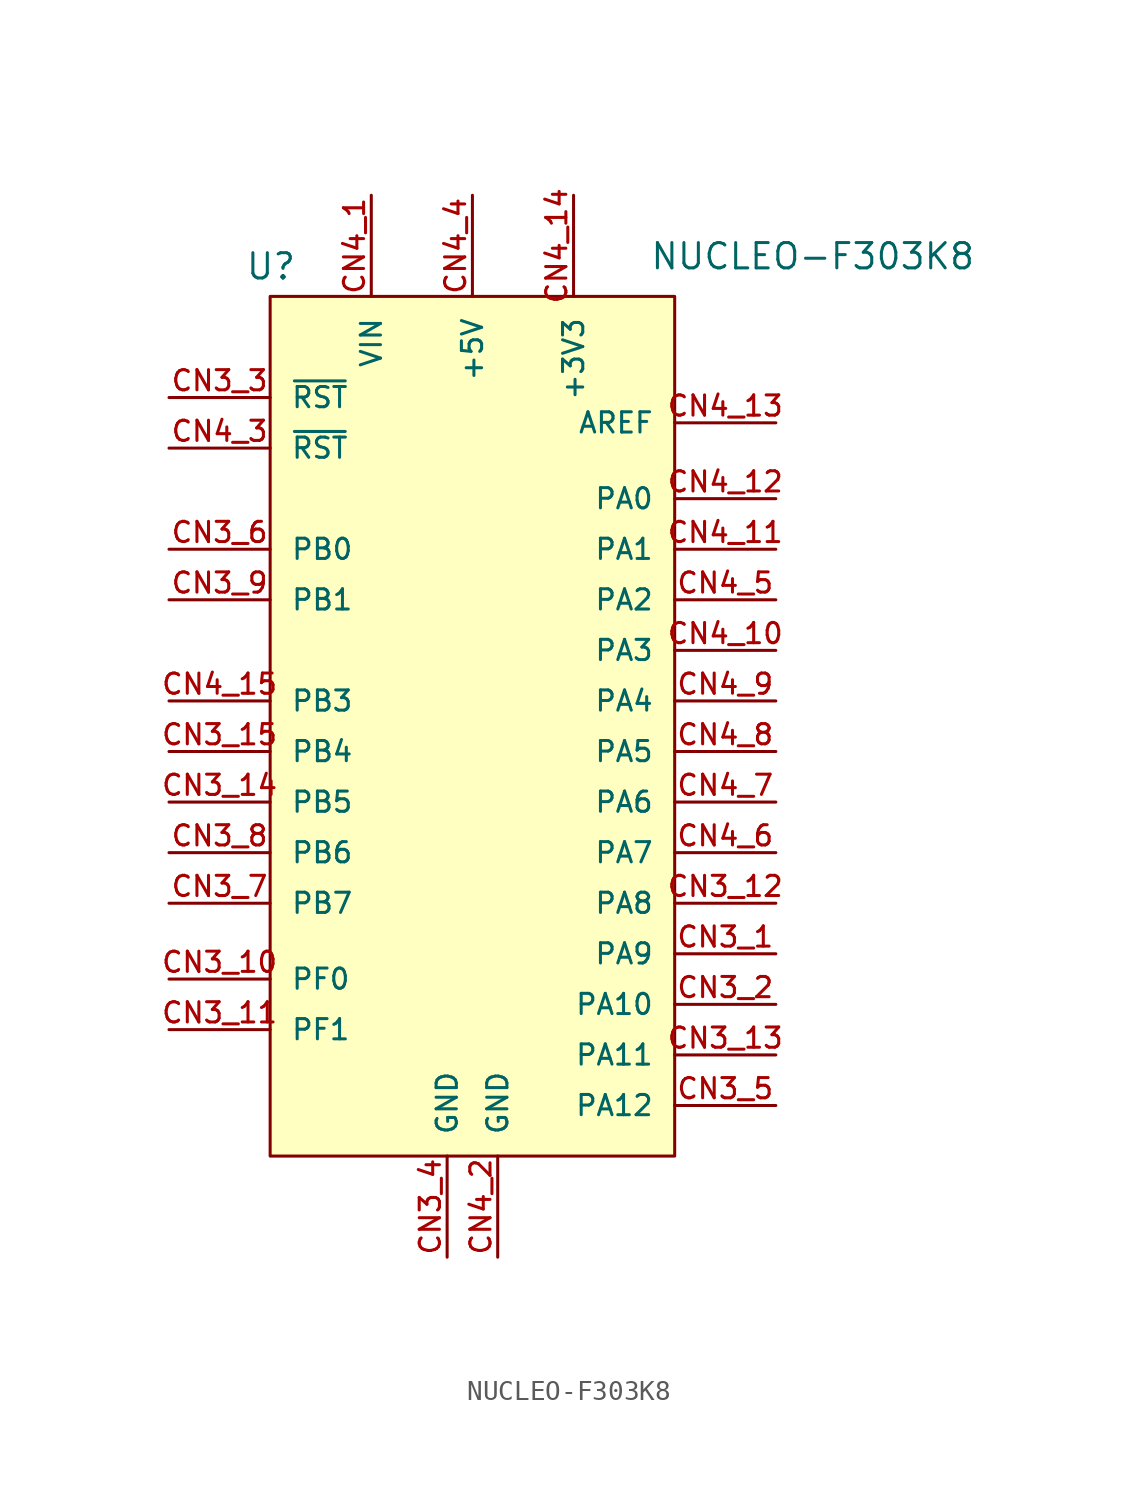
<source format=kicad_sym>
(kicad_symbol_lib
  (version 20211014)
  (generator kicad_symbol_editor)
  (symbol "NUCLEO-F303K8"
    (pin_names
      (offset 1.016))
    (property "Reference" "U"
      (at -11.43 18.542 0)
      (effects (font (size 1.27 1.27)) (justify left bottom)))
    (property "Value" "NUCLEO-F303K8"
      (at 8.89 19.05 0)
      (effects (font (size 1.27 1.27)) (justify left bottom)))
    (symbol "NUCLEO-F303K8_0_0"
      (rectangle (start -10.16 -25.4) (end 10.16 17.78) (stroke (width 0.152) (type default) (color 0 0 0 0)) (fill (type background)))
      (pin bidirectional line (at 15.24 -15.24 180) (length 5.08) (name "PA9" (effects (font (size 1.016 1.016)))) (number "CN3_1" (effects (font (size 1.016 1.016)))))
      (pin bidirectional line (at -15.24 -16.51 0) (length 5.08) (name "PF0" (effects (font (size 1.016 1.016)))) (number "CN3_10" (effects (font (size 1.016 1.016)))))
      (pin bidirectional line (at -15.24 -19.05 0) (length 5.08) (name "PF1" (effects (font (size 1.016 1.016)))) (number "CN3_11" (effects (font (size 1.016 1.016)))))
      (pin bidirectional line (at 15.24 -12.7 180) (length 5.08) (name "PA8" (effects (font (size 1.016 1.016)))) (number "CN3_12" (effects (font (size 1.016 1.016)))))
      (pin bidirectional line (at 15.24 -20.32 180) (length 5.08) (name "PA11" (effects (font (size 1.016 1.016)))) (number "CN3_13" (effects (font (size 1.016 1.016)))))
      (pin bidirectional line (at -15.24 -7.62 0) (length 5.08) (name "PB5" (effects (font (size 1.016 1.016)))) (number "CN3_14" (effects (font (size 1.016 1.016)))))
      (pin bidirectional line (at -15.24 -5.08 0) (length 5.08) (name "PB4" (effects (font (size 1.016 1.016)))) (number "CN3_15" (effects (font (size 1.016 1.016)))))
      (pin bidirectional line (at 15.24 -17.78 180) (length 5.08) (name "PA10" (effects (font (size 1.016 1.016)))) (number "CN3_2" (effects (font (size 1.016 1.016)))))
      (pin bidirectional line (at -15.24 12.7 0) (length 5.08) (name "~{RST}" (effects (font (size 1.016 1.016)))) (number "CN3_3" (effects (font (size 1.016 1.016)))))
      (pin power_in line (at -1.27 -30.48 90) (length 5.08) (name "GND" (effects (font (size 1.016 1.016)))) (number "CN3_4" (effects (font (size 1.016 1.016)))))
      (pin bidirectional line (at 15.24 -22.86 180) (length 5.08) (name "PA12" (effects (font (size 1.016 1.016)))) (number "CN3_5" (effects (font (size 1.016 1.016)))))
      (pin bidirectional line (at -15.24 5.08 0) (length 5.08) (name "PB0" (effects (font (size 1.016 1.016)))) (number "CN3_6" (effects (font (size 1.016 1.016)))))
      (pin bidirectional line (at -15.24 -12.7 0) (length 5.08) (name "PB7" (effects (font (size 1.016 1.016)))) (number "CN3_7" (effects (font (size 1.016 1.016)))))
      (pin bidirectional line (at -15.24 -10.16 0) (length 5.08) (name "PB6" (effects (font (size 1.016 1.016)))) (number "CN3_8" (effects (font (size 1.016 1.016)))))
      (pin bidirectional line (at -15.24 2.54 0) (length 5.08) (name "PB1" (effects (font (size 1.016 1.016)))) (number "CN3_9" (effects (font (size 1.016 1.016)))))
      (pin input line (at -5.08 22.86 270) (length 5.08) (name "VIN" (effects (font (size 1.016 1.016)))) (number "CN4_1" (effects (font (size 1.016 1.016)))))
      (pin bidirectional line (at 15.24 0 180) (length 5.08) (name "PA3" (effects (font (size 1.016 1.016)))) (number "CN4_10" (effects (font (size 1.016 1.016)))))
      (pin bidirectional line (at 15.24 5.08 180) (length 5.08) (name "PA1" (effects (font (size 1.016 1.016)))) (number "CN4_11" (effects (font (size 1.016 1.016)))))
      (pin bidirectional line (at 15.24 7.62 180) (length 5.08) (name "PA0" (effects (font (size 1.016 1.016)))) (number "CN4_12" (effects (font (size 1.016 1.016)))))
      (pin bidirectional line (at 15.24 11.43 180) (length 5.08) (name "AREF" (effects (font (size 1.016 1.016)))) (number "CN4_13" (effects (font (size 1.016 1.016)))))
      (pin power_in line (at 5.08 22.86 270) (length 5.08) (name "+3V3" (effects (font (size 1.016 1.016)))) (number "CN4_14" (effects (font (size 1.016 1.016)))))
      (pin bidirectional line (at -15.24 -2.54 0) (length 5.08) (name "PB3" (effects (font (size 1.016 1.016)))) (number "CN4_15" (effects (font (size 1.016 1.016)))))
      (pin power_in line (at 1.27 -30.48 90) (length 5.08) (name "GND" (effects (font (size 1.016 1.016)))) (number "CN4_2" (effects (font (size 1.016 1.016)))))
      (pin bidirectional line (at -15.24 10.16 0) (length 5.08) (name "~{RST}" (effects (font (size 1.016 1.016)))) (number "CN4_3" (effects (font (size 1.016 1.016)))))
      (pin power_in line (at 0 22.86 270) (length 5.08) (name "+5V" (effects (font (size 1.016 1.016)))) (number "CN4_4" (effects (font (size 1.016 1.016)))))
      (pin bidirectional line (at 15.24 2.54 180) (length 5.08) (name "PA2" (effects (font (size 1.016 1.016)))) (number "CN4_5" (effects (font (size 1.016 1.016)))))
      (pin bidirectional line (at 15.24 -10.16 180) (length 5.08) (name "PA7" (effects (font (size 1.016 1.016)))) (number "CN4_6" (effects (font (size 1.016 1.016)))))
      (pin bidirectional line (at 15.24 -7.62 180) (length 5.08) (name "PA6" (effects (font (size 1.016 1.016)))) (number "CN4_7" (effects (font (size 1.016 1.016)))))
      (pin bidirectional line (at 15.24 -5.08 180) (length 5.08) (name "PA5" (effects (font (size 1.016 1.016)))) (number "CN4_8" (effects (font (size 1.016 1.016)))))
      (pin bidirectional line (at 15.24 -2.54 180) (length 5.08) (name "PA4" (effects (font (size 1.016 1.016)))) (number "CN4_9" (effects (font (size 1.016 1.016))))))))
</source>
